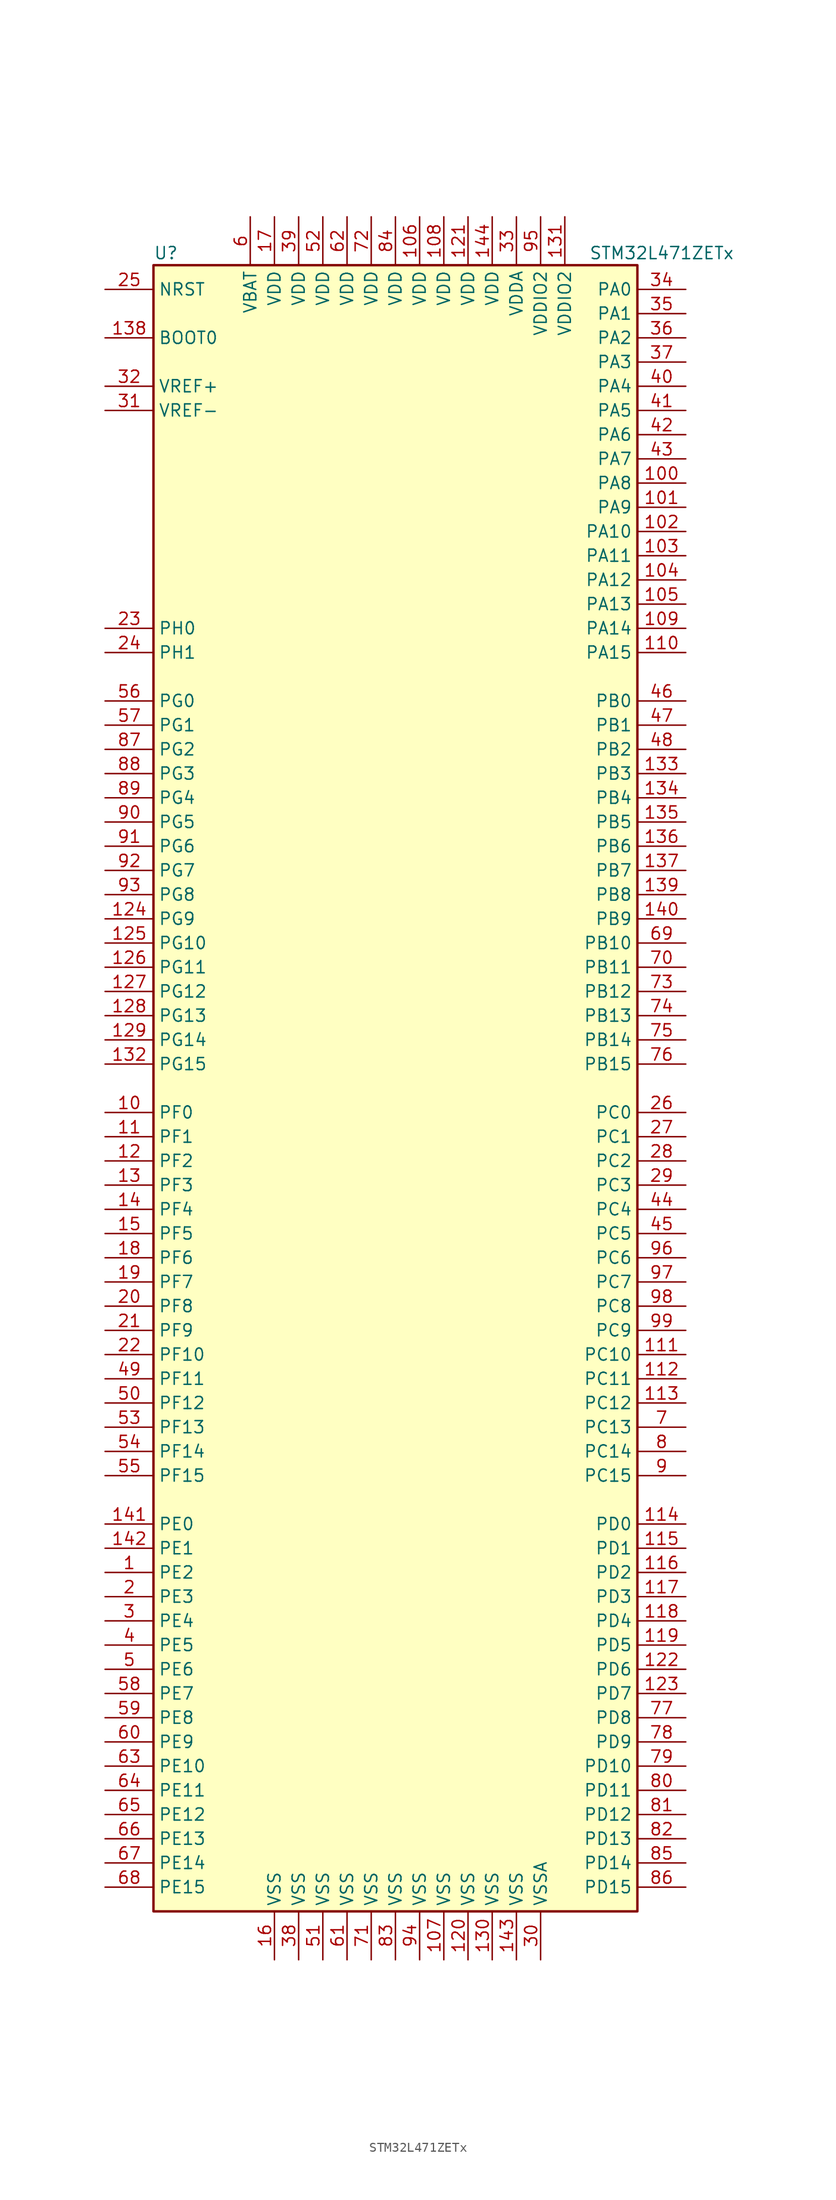
<source format=kicad_sym>
(kicad_symbol_lib
  (version 20201005)
  (generator kicad_symbol_editor)
  (symbol "MCU_ST_STM32L4:STM32L471ZETx"
    (property "Reference" "U"
      (at -25.4 87.63 0)
      (effects (font (size 1.27 1.27)) (justify left)))
    (property "Value" "STM32L471ZETx"
      (at 20.32 87.63 0)
      (effects (font (size 1.27 1.27)) (justify left)))
    (symbol "STM32L471ZETx_0_1"
      (rectangle (start -25.4 -86.36) (end 25.4 86.36) (stroke (width 0.254)) (fill (type background))))
    (symbol "STM32L471ZETx_1_1"
      (pin bidirectional line (at -30.48 -50.8 0) (length 5.08) (name "PE2" (effects (font (size 1.27 1.27)))) (number "1" (effects (font (size 1.27 1.27)))))
      (pin bidirectional line (at -30.48 -2.54 0) (length 5.08) (name "PF0" (effects (font (size 1.27 1.27)))) (number "10" (effects (font (size 1.27 1.27)))))
      (pin bidirectional line (at 30.48 63.5 180) (length 5.08) (name "PA8" (effects (font (size 1.27 1.27)))) (number "100" (effects (font (size 1.27 1.27)))))
      (pin bidirectional line (at 30.48 60.96 180) (length 5.08) (name "PA9" (effects (font (size 1.27 1.27)))) (number "101" (effects (font (size 1.27 1.27)))))
      (pin bidirectional line (at 30.48 58.42 180) (length 5.08) (name "PA10" (effects (font (size 1.27 1.27)))) (number "102" (effects (font (size 1.27 1.27)))))
      (pin bidirectional line (at 30.48 55.88 180) (length 5.08) (name "PA11" (effects (font (size 1.27 1.27)))) (number "103" (effects (font (size 1.27 1.27)))))
      (pin bidirectional line (at 30.48 53.34 180) (length 5.08) (name "PA12" (effects (font (size 1.27 1.27)))) (number "104" (effects (font (size 1.27 1.27)))))
      (pin bidirectional line (at 30.48 50.8 180) (length 5.08) (name "PA13" (effects (font (size 1.27 1.27)))) (number "105" (effects (font (size 1.27 1.27)))))
      (pin power_in line (at 2.54 91.44 270) (length 5.08) (name "VDD" (effects (font (size 1.27 1.27)))) (number "106" (effects (font (size 1.27 1.27)))))
      (pin power_in line (at 5.08 -91.44 90) (length 5.08) (name "VSS" (effects (font (size 1.27 1.27)))) (number "107" (effects (font (size 1.27 1.27)))))
      (pin power_in line (at 5.08 91.44 270) (length 5.08) (name "VDD" (effects (font (size 1.27 1.27)))) (number "108" (effects (font (size 1.27 1.27)))))
      (pin bidirectional line (at 30.48 48.26 180) (length 5.08) (name "PA14" (effects (font (size 1.27 1.27)))) (number "109" (effects (font (size 1.27 1.27)))))
      (pin bidirectional line (at -30.48 -5.08 0) (length 5.08) (name "PF1" (effects (font (size 1.27 1.27)))) (number "11" (effects (font (size 1.27 1.27)))))
      (pin bidirectional line (at 30.48 45.72 180) (length 5.08) (name "PA15" (effects (font (size 1.27 1.27)))) (number "110" (effects (font (size 1.27 1.27)))))
      (pin bidirectional line (at 30.48 -27.94 180) (length 5.08) (name "PC10" (effects (font (size 1.27 1.27)))) (number "111" (effects (font (size 1.27 1.27)))))
      (pin bidirectional line (at 30.48 -30.48 180) (length 5.08) (name "PC11" (effects (font (size 1.27 1.27)))) (number "112" (effects (font (size 1.27 1.27)))))
      (pin bidirectional line (at 30.48 -33.02 180) (length 5.08) (name "PC12" (effects (font (size 1.27 1.27)))) (number "113" (effects (font (size 1.27 1.27)))))
      (pin bidirectional line (at 30.48 -45.72 180) (length 5.08) (name "PD0" (effects (font (size 1.27 1.27)))) (number "114" (effects (font (size 1.27 1.27)))))
      (pin bidirectional line (at 30.48 -48.26 180) (length 5.08) (name "PD1" (effects (font (size 1.27 1.27)))) (number "115" (effects (font (size 1.27 1.27)))))
      (pin bidirectional line (at 30.48 -50.8 180) (length 5.08) (name "PD2" (effects (font (size 1.27 1.27)))) (number "116" (effects (font (size 1.27 1.27)))))
      (pin bidirectional line (at 30.48 -53.34 180) (length 5.08) (name "PD3" (effects (font (size 1.27 1.27)))) (number "117" (effects (font (size 1.27 1.27)))))
      (pin bidirectional line (at 30.48 -55.88 180) (length 5.08) (name "PD4" (effects (font (size 1.27 1.27)))) (number "118" (effects (font (size 1.27 1.27)))))
      (pin bidirectional line (at 30.48 -58.42 180) (length 5.08) (name "PD5" (effects (font (size 1.27 1.27)))) (number "119" (effects (font (size 1.27 1.27)))))
      (pin bidirectional line (at -30.48 -7.62 0) (length 5.08) (name "PF2" (effects (font (size 1.27 1.27)))) (number "12" (effects (font (size 1.27 1.27)))))
      (pin power_in line (at 7.62 -91.44 90) (length 5.08) (name "VSS" (effects (font (size 1.27 1.27)))) (number "120" (effects (font (size 1.27 1.27)))))
      (pin power_in line (at 7.62 91.44 270) (length 5.08) (name "VDD" (effects (font (size 1.27 1.27)))) (number "121" (effects (font (size 1.27 1.27)))))
      (pin bidirectional line (at 30.48 -60.96 180) (length 5.08) (name "PD6" (effects (font (size 1.27 1.27)))) (number "122" (effects (font (size 1.27 1.27)))))
      (pin bidirectional line (at 30.48 -63.5 180) (length 5.08) (name "PD7" (effects (font (size 1.27 1.27)))) (number "123" (effects (font (size 1.27 1.27)))))
      (pin bidirectional line (at -30.48 17.78 0) (length 5.08) (name "PG9" (effects (font (size 1.27 1.27)))) (number "124" (effects (font (size 1.27 1.27)))))
      (pin bidirectional line (at -30.48 15.24 0) (length 5.08) (name "PG10" (effects (font (size 1.27 1.27)))) (number "125" (effects (font (size 1.27 1.27)))))
      (pin bidirectional line (at -30.48 12.7 0) (length 5.08) (name "PG11" (effects (font (size 1.27 1.27)))) (number "126" (effects (font (size 1.27 1.27)))))
      (pin bidirectional line (at -30.48 10.16 0) (length 5.08) (name "PG12" (effects (font (size 1.27 1.27)))) (number "127" (effects (font (size 1.27 1.27)))))
      (pin bidirectional line (at -30.48 7.62 0) (length 5.08) (name "PG13" (effects (font (size 1.27 1.27)))) (number "128" (effects (font (size 1.27 1.27)))))
      (pin bidirectional line (at -30.48 5.08 0) (length 5.08) (name "PG14" (effects (font (size 1.27 1.27)))) (number "129" (effects (font (size 1.27 1.27)))))
      (pin bidirectional line (at -30.48 -10.16 0) (length 5.08) (name "PF3" (effects (font (size 1.27 1.27)))) (number "13" (effects (font (size 1.27 1.27)))))
      (pin power_in line (at 10.16 -91.44 90) (length 5.08) (name "VSS" (effects (font (size 1.27 1.27)))) (number "130" (effects (font (size 1.27 1.27)))))
      (pin power_in line (at 17.78 91.44 270) (length 5.08) (name "VDDIO2" (effects (font (size 1.27 1.27)))) (number "131" (effects (font (size 1.27 1.27)))))
      (pin bidirectional line (at -30.48 2.54 0) (length 5.08) (name "PG15" (effects (font (size 1.27 1.27)))) (number "132" (effects (font (size 1.27 1.27)))))
      (pin bidirectional line (at 30.48 33.02 180) (length 5.08) (name "PB3" (effects (font (size 1.27 1.27)))) (number "133" (effects (font (size 1.27 1.27)))))
      (pin bidirectional line (at 30.48 30.48 180) (length 5.08) (name "PB4" (effects (font (size 1.27 1.27)))) (number "134" (effects (font (size 1.27 1.27)))))
      (pin bidirectional line (at 30.48 27.94 180) (length 5.08) (name "PB5" (effects (font (size 1.27 1.27)))) (number "135" (effects (font (size 1.27 1.27)))))
      (pin bidirectional line (at 30.48 25.4 180) (length 5.08) (name "PB6" (effects (font (size 1.27 1.27)))) (number "136" (effects (font (size 1.27 1.27)))))
      (pin bidirectional line (at 30.48 22.86 180) (length 5.08) (name "PB7" (effects (font (size 1.27 1.27)))) (number "137" (effects (font (size 1.27 1.27)))))
      (pin input line (at -30.48 78.74 0) (length 5.08) (name "BOOT0" (effects (font (size 1.27 1.27)))) (number "138" (effects (font (size 1.27 1.27)))))
      (pin bidirectional line (at 30.48 20.32 180) (length 5.08) (name "PB8" (effects (font (size 1.27 1.27)))) (number "139" (effects (font (size 1.27 1.27)))))
      (pin bidirectional line (at -30.48 -12.7 0) (length 5.08) (name "PF4" (effects (font (size 1.27 1.27)))) (number "14" (effects (font (size 1.27 1.27)))))
      (pin bidirectional line (at 30.48 17.78 180) (length 5.08) (name "PB9" (effects (font (size 1.27 1.27)))) (number "140" (effects (font (size 1.27 1.27)))))
      (pin bidirectional line (at -30.48 -45.72 0) (length 5.08) (name "PE0" (effects (font (size 1.27 1.27)))) (number "141" (effects (font (size 1.27 1.27)))))
      (pin bidirectional line (at -30.48 -48.26 0) (length 5.08) (name "PE1" (effects (font (size 1.27 1.27)))) (number "142" (effects (font (size 1.27 1.27)))))
      (pin power_in line (at 12.7 -91.44 90) (length 5.08) (name "VSS" (effects (font (size 1.27 1.27)))) (number "143" (effects (font (size 1.27 1.27)))))
      (pin power_in line (at 10.16 91.44 270) (length 5.08) (name "VDD" (effects (font (size 1.27 1.27)))) (number "144" (effects (font (size 1.27 1.27)))))
      (pin bidirectional line (at -30.48 -15.24 0) (length 5.08) (name "PF5" (effects (font (size 1.27 1.27)))) (number "15" (effects (font (size 1.27 1.27)))))
      (pin power_in line (at -12.7 -91.44 90) (length 5.08) (name "VSS" (effects (font (size 1.27 1.27)))) (number "16" (effects (font (size 1.27 1.27)))))
      (pin power_in line (at -12.7 91.44 270) (length 5.08) (name "VDD" (effects (font (size 1.27 1.27)))) (number "17" (effects (font (size 1.27 1.27)))))
      (pin bidirectional line (at -30.48 -17.78 0) (length 5.08) (name "PF6" (effects (font (size 1.27 1.27)))) (number "18" (effects (font (size 1.27 1.27)))))
      (pin bidirectional line (at -30.48 -20.32 0) (length 5.08) (name "PF7" (effects (font (size 1.27 1.27)))) (number "19" (effects (font (size 1.27 1.27)))))
      (pin bidirectional line (at -30.48 -53.34 0) (length 5.08) (name "PE3" (effects (font (size 1.27 1.27)))) (number "2" (effects (font (size 1.27 1.27)))))
      (pin bidirectional line (at -30.48 -22.86 0) (length 5.08) (name "PF8" (effects (font (size 1.27 1.27)))) (number "20" (effects (font (size 1.27 1.27)))))
      (pin bidirectional line (at -30.48 -25.4 0) (length 5.08) (name "PF9" (effects (font (size 1.27 1.27)))) (number "21" (effects (font (size 1.27 1.27)))))
      (pin bidirectional line (at -30.48 -27.94 0) (length 5.08) (name "PF10" (effects (font (size 1.27 1.27)))) (number "22" (effects (font (size 1.27 1.27)))))
      (pin input line (at -30.48 48.26 0) (length 5.08) (name "PH0" (effects (font (size 1.27 1.27)))) (number "23" (effects (font (size 1.27 1.27)))))
      (pin input line (at -30.48 45.72 0) (length 5.08) (name "PH1" (effects (font (size 1.27 1.27)))) (number "24" (effects (font (size 1.27 1.27)))))
      (pin input line (at -30.48 83.82 0) (length 5.08) (name "NRST" (effects (font (size 1.27 1.27)))) (number "25" (effects (font (size 1.27 1.27)))))
      (pin bidirectional line (at 30.48 -2.54 180) (length 5.08) (name "PC0" (effects (font (size 1.27 1.27)))) (number "26" (effects (font (size 1.27 1.27)))))
      (pin bidirectional line (at 30.48 -5.08 180) (length 5.08) (name "PC1" (effects (font (size 1.27 1.27)))) (number "27" (effects (font (size 1.27 1.27)))))
      (pin bidirectional line (at 30.48 -7.62 180) (length 5.08) (name "PC2" (effects (font (size 1.27 1.27)))) (number "28" (effects (font (size 1.27 1.27)))))
      (pin bidirectional line (at 30.48 -10.16 180) (length 5.08) (name "PC3" (effects (font (size 1.27 1.27)))) (number "29" (effects (font (size 1.27 1.27)))))
      (pin bidirectional line (at -30.48 -55.88 0) (length 5.08) (name "PE4" (effects (font (size 1.27 1.27)))) (number "3" (effects (font (size 1.27 1.27)))))
      (pin power_in line (at 15.24 -91.44 90) (length 5.08) (name "VSSA" (effects (font (size 1.27 1.27)))) (number "30" (effects (font (size 1.27 1.27)))))
      (pin power_in line (at -30.48 71.12 0) (length 5.08) (name "VREF-" (effects (font (size 1.27 1.27)))) (number "31" (effects (font (size 1.27 1.27)))))
      (pin bidirectional line (at -30.48 73.66 0) (length 5.08) (name "VREF+" (effects (font (size 1.27 1.27)))) (number "32" (effects (font (size 1.27 1.27)))))
      (pin power_in line (at 12.7 91.44 270) (length 5.08) (name "VDDA" (effects (font (size 1.27 1.27)))) (number "33" (effects (font (size 1.27 1.27)))))
      (pin bidirectional line (at 30.48 83.82 180) (length 5.08) (name "PA0" (effects (font (size 1.27 1.27)))) (number "34" (effects (font (size 1.27 1.27)))))
      (pin bidirectional line (at 30.48 81.28 180) (length 5.08) (name "PA1" (effects (font (size 1.27 1.27)))) (number "35" (effects (font (size 1.27 1.27)))))
      (pin bidirectional line (at 30.48 78.74 180) (length 5.08) (name "PA2" (effects (font (size 1.27 1.27)))) (number "36" (effects (font (size 1.27 1.27)))))
      (pin bidirectional line (at 30.48 76.2 180) (length 5.08) (name "PA3" (effects (font (size 1.27 1.27)))) (number "37" (effects (font (size 1.27 1.27)))))
      (pin power_in line (at -10.16 -91.44 90) (length 5.08) (name "VSS" (effects (font (size 1.27 1.27)))) (number "38" (effects (font (size 1.27 1.27)))))
      (pin power_in line (at -10.16 91.44 270) (length 5.08) (name "VDD" (effects (font (size 1.27 1.27)))) (number "39" (effects (font (size 1.27 1.27)))))
      (pin bidirectional line (at -30.48 -58.42 0) (length 5.08) (name "PE5" (effects (font (size 1.27 1.27)))) (number "4" (effects (font (size 1.27 1.27)))))
      (pin bidirectional line (at 30.48 73.66 180) (length 5.08) (name "PA4" (effects (font (size 1.27 1.27)))) (number "40" (effects (font (size 1.27 1.27)))))
      (pin bidirectional line (at 30.48 71.12 180) (length 5.08) (name "PA5" (effects (font (size 1.27 1.27)))) (number "41" (effects (font (size 1.27 1.27)))))
      (pin bidirectional line (at 30.48 68.58 180) (length 5.08) (name "PA6" (effects (font (size 1.27 1.27)))) (number "42" (effects (font (size 1.27 1.27)))))
      (pin bidirectional line (at 30.48 66.04 180) (length 5.08) (name "PA7" (effects (font (size 1.27 1.27)))) (number "43" (effects (font (size 1.27 1.27)))))
      (pin bidirectional line (at 30.48 -12.7 180) (length 5.08) (name "PC4" (effects (font (size 1.27 1.27)))) (number "44" (effects (font (size 1.27 1.27)))))
      (pin bidirectional line (at 30.48 -15.24 180) (length 5.08) (name "PC5" (effects (font (size 1.27 1.27)))) (number "45" (effects (font (size 1.27 1.27)))))
      (pin bidirectional line (at 30.48 40.64 180) (length 5.08) (name "PB0" (effects (font (size 1.27 1.27)))) (number "46" (effects (font (size 1.27 1.27)))))
      (pin bidirectional line (at 30.48 38.1 180) (length 5.08) (name "PB1" (effects (font (size 1.27 1.27)))) (number "47" (effects (font (size 1.27 1.27)))))
      (pin bidirectional line (at 30.48 35.56 180) (length 5.08) (name "PB2" (effects (font (size 1.27 1.27)))) (number "48" (effects (font (size 1.27 1.27)))))
      (pin bidirectional line (at -30.48 -30.48 0) (length 5.08) (name "PF11" (effects (font (size 1.27 1.27)))) (number "49" (effects (font (size 1.27 1.27)))))
      (pin bidirectional line (at -30.48 -60.96 0) (length 5.08) (name "PE6" (effects (font (size 1.27 1.27)))) (number "5" (effects (font (size 1.27 1.27)))))
      (pin bidirectional line (at -30.48 -33.02 0) (length 5.08) (name "PF12" (effects (font (size 1.27 1.27)))) (number "50" (effects (font (size 1.27 1.27)))))
      (pin power_in line (at -7.62 -91.44 90) (length 5.08) (name "VSS" (effects (font (size 1.27 1.27)))) (number "51" (effects (font (size 1.27 1.27)))))
      (pin power_in line (at -7.62 91.44 270) (length 5.08) (name "VDD" (effects (font (size 1.27 1.27)))) (number "52" (effects (font (size 1.27 1.27)))))
      (pin bidirectional line (at -30.48 -35.56 0) (length 5.08) (name "PF13" (effects (font (size 1.27 1.27)))) (number "53" (effects (font (size 1.27 1.27)))))
      (pin bidirectional line (at -30.48 -38.1 0) (length 5.08) (name "PF14" (effects (font (size 1.27 1.27)))) (number "54" (effects (font (size 1.27 1.27)))))
      (pin bidirectional line (at -30.48 -40.64 0) (length 5.08) (name "PF15" (effects (font (size 1.27 1.27)))) (number "55" (effects (font (size 1.27 1.27)))))
      (pin bidirectional line (at -30.48 40.64 0) (length 5.08) (name "PG0" (effects (font (size 1.27 1.27)))) (number "56" (effects (font (size 1.27 1.27)))))
      (pin bidirectional line (at -30.48 38.1 0) (length 5.08) (name "PG1" (effects (font (size 1.27 1.27)))) (number "57" (effects (font (size 1.27 1.27)))))
      (pin bidirectional line (at -30.48 -63.5 0) (length 5.08) (name "PE7" (effects (font (size 1.27 1.27)))) (number "58" (effects (font (size 1.27 1.27)))))
      (pin bidirectional line (at -30.48 -66.04 0) (length 5.08) (name "PE8" (effects (font (size 1.27 1.27)))) (number "59" (effects (font (size 1.27 1.27)))))
      (pin power_in line (at -15.24 91.44 270) (length 5.08) (name "VBAT" (effects (font (size 1.27 1.27)))) (number "6" (effects (font (size 1.27 1.27)))))
      (pin bidirectional line (at -30.48 -68.58 0) (length 5.08) (name "PE9" (effects (font (size 1.27 1.27)))) (number "60" (effects (font (size 1.27 1.27)))))
      (pin power_in line (at -5.08 -91.44 90) (length 5.08) (name "VSS" (effects (font (size 1.27 1.27)))) (number "61" (effects (font (size 1.27 1.27)))))
      (pin power_in line (at -5.08 91.44 270) (length 5.08) (name "VDD" (effects (font (size 1.27 1.27)))) (number "62" (effects (font (size 1.27 1.27)))))
      (pin bidirectional line (at -30.48 -71.12 0) (length 5.08) (name "PE10" (effects (font (size 1.27 1.27)))) (number "63" (effects (font (size 1.27 1.27)))))
      (pin bidirectional line (at -30.48 -73.66 0) (length 5.08) (name "PE11" (effects (font (size 1.27 1.27)))) (number "64" (effects (font (size 1.27 1.27)))))
      (pin bidirectional line (at -30.48 -76.2 0) (length 5.08) (name "PE12" (effects (font (size 1.27 1.27)))) (number "65" (effects (font (size 1.27 1.27)))))
      (pin bidirectional line (at -30.48 -78.74 0) (length 5.08) (name "PE13" (effects (font (size 1.27 1.27)))) (number "66" (effects (font (size 1.27 1.27)))))
      (pin bidirectional line (at -30.48 -81.28 0) (length 5.08) (name "PE14" (effects (font (size 1.27 1.27)))) (number "67" (effects (font (size 1.27 1.27)))))
      (pin bidirectional line (at -30.48 -83.82 0) (length 5.08) (name "PE15" (effects (font (size 1.27 1.27)))) (number "68" (effects (font (size 1.27 1.27)))))
      (pin bidirectional line (at 30.48 15.24 180) (length 5.08) (name "PB10" (effects (font (size 1.27 1.27)))) (number "69" (effects (font (size 1.27 1.27)))))
      (pin bidirectional line (at 30.48 -35.56 180) (length 5.08) (name "PC13" (effects (font (size 1.27 1.27)))) (number "7" (effects (font (size 1.27 1.27)))))
      (pin bidirectional line (at 30.48 12.7 180) (length 5.08) (name "PB11" (effects (font (size 1.27 1.27)))) (number "70" (effects (font (size 1.27 1.27)))))
      (pin power_in line (at -2.54 -91.44 90) (length 5.08) (name "VSS" (effects (font (size 1.27 1.27)))) (number "71" (effects (font (size 1.27 1.27)))))
      (pin power_in line (at -2.54 91.44 270) (length 5.08) (name "VDD" (effects (font (size 1.27 1.27)))) (number "72" (effects (font (size 1.27 1.27)))))
      (pin bidirectional line (at 30.48 10.16 180) (length 5.08) (name "PB12" (effects (font (size 1.27 1.27)))) (number "73" (effects (font (size 1.27 1.27)))))
      (pin bidirectional line (at 30.48 7.62 180) (length 5.08) (name "PB13" (effects (font (size 1.27 1.27)))) (number "74" (effects (font (size 1.27 1.27)))))
      (pin bidirectional line (at 30.48 5.08 180) (length 5.08) (name "PB14" (effects (font (size 1.27 1.27)))) (number "75" (effects (font (size 1.27 1.27)))))
      (pin bidirectional line (at 30.48 2.54 180) (length 5.08) (name "PB15" (effects (font (size 1.27 1.27)))) (number "76" (effects (font (size 1.27 1.27)))))
      (pin bidirectional line (at 30.48 -66.04 180) (length 5.08) (name "PD8" (effects (font (size 1.27 1.27)))) (number "77" (effects (font (size 1.27 1.27)))))
      (pin bidirectional line (at 30.48 -68.58 180) (length 5.08) (name "PD9" (effects (font (size 1.27 1.27)))) (number "78" (effects (font (size 1.27 1.27)))))
      (pin bidirectional line (at 30.48 -71.12 180) (length 5.08) (name "PD10" (effects (font (size 1.27 1.27)))) (number "79" (effects (font (size 1.27 1.27)))))
      (pin bidirectional line (at 30.48 -38.1 180) (length 5.08) (name "PC14" (effects (font (size 1.27 1.27)))) (number "8" (effects (font (size 1.27 1.27)))))
      (pin bidirectional line (at 30.48 -73.66 180) (length 5.08) (name "PD11" (effects (font (size 1.27 1.27)))) (number "80" (effects (font (size 1.27 1.27)))))
      (pin bidirectional line (at 30.48 -76.2 180) (length 5.08) (name "PD12" (effects (font (size 1.27 1.27)))) (number "81" (effects (font (size 1.27 1.27)))))
      (pin bidirectional line (at 30.48 -78.74 180) (length 5.08) (name "PD13" (effects (font (size 1.27 1.27)))) (number "82" (effects (font (size 1.27 1.27)))))
      (pin power_in line (at 0 -91.44 90) (length 5.08) (name "VSS" (effects (font (size 1.27 1.27)))) (number "83" (effects (font (size 1.27 1.27)))))
      (pin power_in line (at 0 91.44 270) (length 5.08) (name "VDD" (effects (font (size 1.27 1.27)))) (number "84" (effects (font (size 1.27 1.27)))))
      (pin bidirectional line (at 30.48 -81.28 180) (length 5.08) (name "PD14" (effects (font (size 1.27 1.27)))) (number "85" (effects (font (size 1.27 1.27)))))
      (pin bidirectional line (at 30.48 -83.82 180) (length 5.08) (name "PD15" (effects (font (size 1.27 1.27)))) (number "86" (effects (font (size 1.27 1.27)))))
      (pin bidirectional line (at -30.48 35.56 0) (length 5.08) (name "PG2" (effects (font (size 1.27 1.27)))) (number "87" (effects (font (size 1.27 1.27)))))
      (pin bidirectional line (at -30.48 33.02 0) (length 5.08) (name "PG3" (effects (font (size 1.27 1.27)))) (number "88" (effects (font (size 1.27 1.27)))))
      (pin bidirectional line (at -30.48 30.48 0) (length 5.08) (name "PG4" (effects (font (size 1.27 1.27)))) (number "89" (effects (font (size 1.27 1.27)))))
      (pin bidirectional line (at 30.48 -40.64 180) (length 5.08) (name "PC15" (effects (font (size 1.27 1.27)))) (number "9" (effects (font (size 1.27 1.27)))))
      (pin bidirectional line (at -30.48 27.94 0) (length 5.08) (name "PG5" (effects (font (size 1.27 1.27)))) (number "90" (effects (font (size 1.27 1.27)))))
      (pin bidirectional line (at -30.48 25.4 0) (length 5.08) (name "PG6" (effects (font (size 1.27 1.27)))) (number "91" (effects (font (size 1.27 1.27)))))
      (pin bidirectional line (at -30.48 22.86 0) (length 5.08) (name "PG7" (effects (font (size 1.27 1.27)))) (number "92" (effects (font (size 1.27 1.27)))))
      (pin bidirectional line (at -30.48 20.32 0) (length 5.08) (name "PG8" (effects (font (size 1.27 1.27)))) (number "93" (effects (font (size 1.27 1.27)))))
      (pin power_in line (at 2.54 -91.44 90) (length 5.08) (name "VSS" (effects (font (size 1.27 1.27)))) (number "94" (effects (font (size 1.27 1.27)))))
      (pin power_in line (at 15.24 91.44 270) (length 5.08) (name "VDDIO2" (effects (font (size 1.27 1.27)))) (number "95" (effects (font (size 1.27 1.27)))))
      (pin bidirectional line (at 30.48 -17.78 180) (length 5.08) (name "PC6" (effects (font (size 1.27 1.27)))) (number "96" (effects (font (size 1.27 1.27)))))
      (pin bidirectional line (at 30.48 -20.32 180) (length 5.08) (name "PC7" (effects (font (size 1.27 1.27)))) (number "97" (effects (font (size 1.27 1.27)))))
      (pin bidirectional line (at 30.48 -22.86 180) (length 5.08) (name "PC8" (effects (font (size 1.27 1.27)))) (number "98" (effects (font (size 1.27 1.27)))))
      (pin bidirectional line (at 30.48 -25.4 180) (length 5.08) (name "PC9" (effects (font (size 1.27 1.27)))) (number "99" (effects (font (size 1.27 1.27))))))))
</source>
